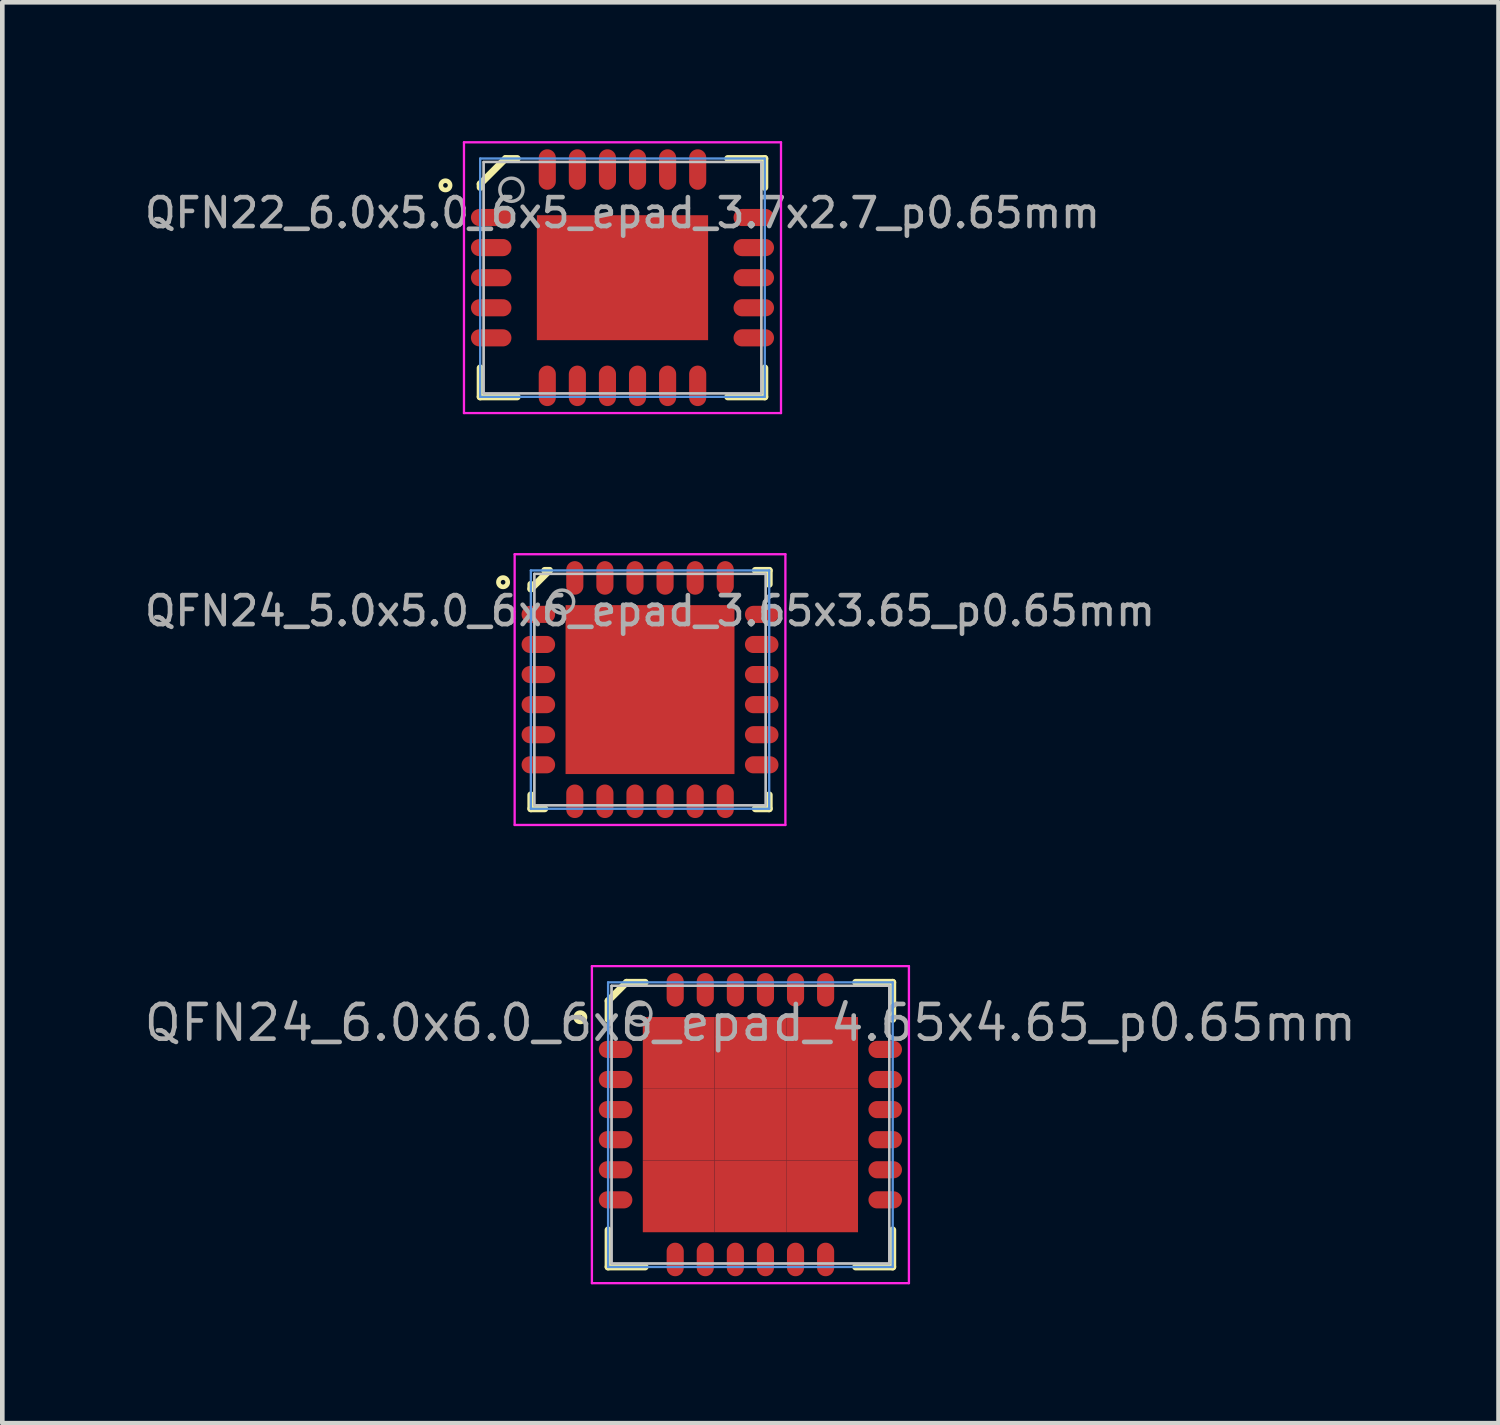
<source format=kicad_pcb>
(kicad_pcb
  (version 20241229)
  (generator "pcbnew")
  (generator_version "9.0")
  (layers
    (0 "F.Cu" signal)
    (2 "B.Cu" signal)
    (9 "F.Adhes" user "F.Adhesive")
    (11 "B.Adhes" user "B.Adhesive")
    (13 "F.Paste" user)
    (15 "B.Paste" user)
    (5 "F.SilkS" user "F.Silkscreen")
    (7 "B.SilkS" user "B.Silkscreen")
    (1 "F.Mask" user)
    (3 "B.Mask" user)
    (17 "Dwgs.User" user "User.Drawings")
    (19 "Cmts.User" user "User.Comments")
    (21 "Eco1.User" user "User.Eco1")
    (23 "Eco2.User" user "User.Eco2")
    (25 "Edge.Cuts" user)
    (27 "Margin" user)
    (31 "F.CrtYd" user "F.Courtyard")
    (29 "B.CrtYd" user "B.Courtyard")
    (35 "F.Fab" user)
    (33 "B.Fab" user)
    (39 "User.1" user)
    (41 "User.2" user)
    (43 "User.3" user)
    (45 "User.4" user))
  (footprint "QFN22_6.0x5.0_6x5_epad_3.7x2.7_p0.65mm"
    (layer "F.Cu")
    (at 10.4 2.95)
    (property "Reference" "QFN22_6.0x5.0_6x5_epad_3.7x2.7_p0.65mm" (at 0 -1.4 0) (layer "F.Fab") (effects (font (size 0.625 0.625) (thickness 0.1))))
    (attr through_hole)
    (fp_line (start -3.075 -2.025) (end -3.075 -1.95) (stroke (width 0.15) (type solid)) (layer "F.SilkS"))
    (fp_line (start -3.075 -2.025) (end -2.525 -2.575) (stroke (width 0.15) (type solid)) (layer "F.SilkS"))
    (fp_line (start -3.075 2.575) (end -3.075 1.95) (stroke (width 0.15) (type solid)) (layer "F.SilkS"))
    (fp_line (start -3.075 2.575) (end -2.275 2.575) (stroke (width 0.15) (type solid)) (layer "F.SilkS"))
    (fp_line (start -2.275 -2.575) (end -2.525 -2.575) (stroke (width 0.15) (type solid)) (layer "F.SilkS"))
    (fp_line (start 3.075 -2.575) (end 2.275 -2.575) (stroke (width 0.15) (type solid)) (layer "F.SilkS"))
    (fp_line (start 3.075 -2.575) (end 3.075 -1.95) (stroke (width 0.15) (type solid)) (layer "F.SilkS"))
    (fp_line (start 3.075 2.575) (end 2.275 2.575) (stroke (width 0.15) (type solid)) (layer "F.SilkS"))
    (fp_line (start 3.075 2.575) (end 3.075 1.95) (stroke (width 0.15) (type solid)) (layer "F.SilkS"))
    (fp_circle (center -3.825 -1.995) (end -3.754 -1.924) (stroke (width 0.1) (type solid)) (fill no) (layer "F.SilkS"))
    (fp_line (start -3 -2.5) (end -3 2.5) (stroke (width 0.05) (type solid)) (layer "Dwgs.User"))
    (fp_line (start -3 -2.5) (end 3 -2.5) (stroke (width 0.05) (type solid)) (layer "Dwgs.User"))
    (fp_line (start -3 2.5) (end 3 2.5) (stroke (width 0.05) (type solid)) (layer "Dwgs.User"))
    (fp_line (start 3 -2.5) (end 3 2.5) (stroke (width 0.05) (type solid)) (layer "Dwgs.User"))
    (fp_line (start -3.075 -2.575) (end -3.075 2.575) (stroke (width 0.05) (type solid)) (layer "Cmts.User"))
    (fp_line (start -3.075 -2.575) (end 3.075 -2.575) (stroke (width 0.05) (type solid)) (layer "Cmts.User"))
    (fp_line (start -3.075 2.575) (end 3.075 2.575) (stroke (width 0.05) (type solid)) (layer "Cmts.User"))
    (fp_line (start 3.075 -2.575) (end 3.075 2.575) (stroke (width 0.05) (type solid)) (layer "Cmts.User"))
    (fp_line (start -2.925 -2.425) (end -2.925 2.425) (stroke (width 0.05) (type solid)) (layer "Eco1.User"))
    (fp_line (start -2.925 -2.425) (end 2.925 -2.425) (stroke (width 0.05) (type solid)) (layer "Eco1.User"))
    (fp_line (start -2.925 2.425) (end 2.925 2.425) (stroke (width 0.05) (type solid)) (layer "Eco1.User"))
    (fp_line (start 2.925 -2.425) (end 2.925 2.425) (stroke (width 0.05) (type solid)) (layer "Eco1.User"))
    (fp_line (start -3.425 -2.925) (end -3.425 2.925) (stroke (width 0.05) (type solid)) (layer "F.CrtYd"))
    (fp_line (start -3.425 -2.925) (end 3.425 -2.925) (stroke (width 0.05) (type solid)) (layer "F.CrtYd"))
    (fp_line (start -3.425 2.925) (end 3.425 2.925) (stroke (width 0.05) (type solid)) (layer "F.CrtYd"))
    (fp_line (start 3.425 -2.925) (end 3.425 2.925) (stroke (width 0.05) (type solid)) (layer "F.CrtYd"))
    (fp_line (start -3 -2.5) (end -3 2.5) (stroke (width 0.05) (type solid)) (layer "F.Fab"))
    (fp_line (start -3 -2.5) (end 3 -2.5) (stroke (width 0.05) (type solid)) (layer "F.Fab"))
    (fp_line (start -3 2.5) (end 3 2.5) (stroke (width 0.05) (type solid)) (layer "F.Fab"))
    (fp_line (start 3 -2.5) (end 3 2.5) (stroke (width 0.05) (type solid)) (layer "F.Fab"))
    (fp_circle (center -2.4 -1.9) (end -2.223 -1.723) (stroke (width 0.075) (type solid)) (fill no) (layer "F.Fab"))
    (pad "1" smd oval (at -2.837 -1.3 180) (size 0.875 0.37) (layers "F.Cu" "F.Mask" "F.Paste"))
    (pad "2" smd oval (at -2.837 -0.65 180) (size 0.875 0.37) (layers "F.Cu" "F.Mask" "F.Paste"))
    (pad "3" smd oval (at -2.837 0 180) (size 0.875 0.37) (layers "F.Cu" "F.Mask" "F.Paste"))
    (pad "4" smd oval (at -2.837 0.65 180) (size 0.875 0.37) (layers "F.Cu" "F.Mask" "F.Paste"))
    (pad "5" smd oval (at -2.837 1.3 180) (size 0.875 0.37) (layers "F.Cu" "F.Mask" "F.Paste"))
    (pad "6" smd oval (at -1.625 2.337 270) (size 0.875 0.37) (layers "F.Cu" "F.Mask" "F.Paste"))
    (pad "7" smd oval (at -0.975 2.337 270) (size 0.875 0.37) (layers "F.Cu" "F.Mask" "F.Paste"))
    (pad "8" smd oval (at -0.325 2.337 270) (size 0.875 0.37) (layers "F.Cu" "F.Mask" "F.Paste"))
    (pad "9" smd oval (at 0.325 2.337 270) (size 0.875 0.37) (layers "F.Cu" "F.Mask" "F.Paste"))
    (pad "10" smd oval (at 0.975 2.337 270) (size 0.875 0.37) (layers "F.Cu" "F.Mask" "F.Paste"))
    (pad "11" smd oval (at 1.625 2.337 270) (size 0.875 0.37) (layers "F.Cu" "F.Mask" "F.Paste"))
    (pad "12" smd oval (at 2.837 1.3) (size 0.875 0.37) (layers "F.Cu" "F.Mask" "F.Paste"))
    (pad "13" smd oval (at 2.837 0.65) (size 0.875 0.37) (layers "F.Cu" "F.Mask" "F.Paste"))
    (pad "14" smd oval (at 2.837 0) (size 0.875 0.37) (layers "F.Cu" "F.Mask" "F.Paste"))
    (pad "15" smd oval (at 2.837 -0.65) (size 0.875 0.37) (layers "F.Cu" "F.Mask" "F.Paste"))
    (pad "16" smd oval (at 2.837 -1.3) (size 0.875 0.37) (layers "F.Cu" "F.Mask" "F.Paste"))
    (pad "17" smd oval (at 1.625 -2.337 90) (size 0.875 0.37) (layers "F.Cu" "F.Mask" "F.Paste"))
    (pad "18" smd oval (at 0.975 -2.337 90) (size 0.875 0.37) (layers "F.Cu" "F.Mask" "F.Paste"))
    (pad "19" smd oval (at 0.325 -2.337 90) (size 0.875 0.37) (layers "F.Cu" "F.Mask" "F.Paste"))
    (pad "20" smd oval (at -0.325 -2.337 90) (size 0.875 0.37) (layers "F.Cu" "F.Mask" "F.Paste"))
    (pad "21" smd oval (at -0.975 -2.337 90) (size 0.875 0.37) (layers "F.Cu" "F.Mask" "F.Paste"))
    (pad "22" smd oval (at -1.625 -2.337 90) (size 0.875 0.37) (layers "F.Cu" "F.Mask" "F.Paste"))
    (pad "23" smd rect (at 0 0) (size 3.7 2.7) (layers "F.Cu" "F.Mask" "F.Paste")))
  (footprint "QFN24_6.0x6.0_6x6_epad_4.65x4.65_p0.65mm"
    (layer "F.Cu")
    (at 13.164 21.25)
    (property "Reference" "QFN24_6.0x6.0_6x6_epad_4.65x4.65_p0.65mm" (at 0 -2.2 0) (layer "F.Fab") (effects (font (size 0.75 0.75) (thickness 0.1))))
    (attr through_hole)
    (fp_line (start -3.075 -2.675) (end -3.075 -2.275) (stroke (width 0.15) (type solid)) (layer "F.SilkS"))
    (fp_line (start -3.075 -2.675) (end -2.675 -3.075) (stroke (width 0.15) (type solid)) (layer "F.SilkS"))
    (fp_line (start -3.075 3.075) (end -3.075 2.275) (stroke (width 0.15) (type solid)) (layer "F.SilkS"))
    (fp_line (start -3.075 3.075) (end -2.275 3.075) (stroke (width 0.15) (type solid)) (layer "F.SilkS"))
    (fp_line (start -2.275 -3.075) (end -2.675 -3.075) (stroke (width 0.15) (type solid)) (layer "F.SilkS"))
    (fp_line (start 3.075 -3.075) (end 2.275 -3.075) (stroke (width 0.15) (type solid)) (layer "F.SilkS"))
    (fp_line (start 3.075 -3.075) (end 3.075 -2.275) (stroke (width 0.15) (type solid)) (layer "F.SilkS"))
    (fp_line (start 3.075 3.075) (end 2.275 3.075) (stroke (width 0.15) (type solid)) (layer "F.SilkS"))
    (fp_line (start 3.075 3.075) (end 3.075 2.275) (stroke (width 0.15) (type solid)) (layer "F.SilkS"))
    (fp_circle (center -3.675 -2.32) (end -3.604 -2.249) (stroke (width 0.1) (type solid)) (fill no) (layer "F.SilkS"))
    (fp_line (start -3 -3) (end -3 3) (stroke (width 0.05) (type solid)) (layer "Dwgs.User"))
    (fp_line (start -3 -3) (end 3 -3) (stroke (width 0.05) (type solid)) (layer "Dwgs.User"))
    (fp_line (start -3 3) (end 3 3) (stroke (width 0.05) (type solid)) (layer "Dwgs.User"))
    (fp_line (start 3 -3) (end 3 3) (stroke (width 0.05) (type solid)) (layer "Dwgs.User"))
    (fp_line (start -3.075 -3.075) (end -3.075 3.075) (stroke (width 0.05) (type solid)) (layer "Cmts.User"))
    (fp_line (start -3.075 -3.075) (end 3.075 -3.075) (stroke (width 0.05) (type solid)) (layer "Cmts.User"))
    (fp_line (start -3.075 3.075) (end 3.075 3.075) (stroke (width 0.05) (type solid)) (layer "Cmts.User"))
    (fp_line (start 3.075 -3.075) (end 3.075 3.075) (stroke (width 0.05) (type solid)) (layer "Cmts.User"))
    (fp_line (start -2.925 -2.925) (end -2.925 2.925) (stroke (width 0.05) (type solid)) (layer "Eco1.User"))
    (fp_line (start -2.925 -2.925) (end 2.925 -2.925) (stroke (width 0.05) (type solid)) (layer "Eco1.User"))
    (fp_line (start -2.925 2.925) (end 2.925 2.925) (stroke (width 0.05) (type solid)) (layer "Eco1.User"))
    (fp_line (start 2.925 -2.925) (end 2.925 2.925) (stroke (width 0.05) (type solid)) (layer "Eco1.User"))
    (fp_line (start -3.425 -3.425) (end -3.425 3.425) (stroke (width 0.05) (type solid)) (layer "F.CrtYd"))
    (fp_line (start -3.425 -3.425) (end 3.425 -3.425) (stroke (width 0.05) (type solid)) (layer "F.CrtYd"))
    (fp_line (start -3.425 3.425) (end 3.425 3.425) (stroke (width 0.05) (type solid)) (layer "F.CrtYd"))
    (fp_line (start 3.425 -3.425) (end 3.425 3.425) (stroke (width 0.05) (type solid)) (layer "F.CrtYd"))
    (fp_line (start -3 -3) (end -3 3) (stroke (width 0.05) (type solid)) (layer "F.Fab"))
    (fp_line (start -3 -3) (end 3 -3) (stroke (width 0.05) (type solid)) (layer "F.Fab"))
    (fp_line (start -3 3) (end 3 3) (stroke (width 0.05) (type solid)) (layer "F.Fab"))
    (fp_line (start 3 -3) (end 3 3) (stroke (width 0.05) (type solid)) (layer "F.Fab"))
    (fp_circle (center -2.4 -2.4) (end -2.223 -2.223) (stroke (width 0.075) (type solid)) (fill no) (layer "F.Fab"))
    (pad "1" smd oval (at -2.913 -1.625 180) (size 0.725 0.37) (layers "F.Cu" "F.Mask" "F.Paste"))
    (pad "2" smd oval (at -2.913 -0.975 180) (size 0.725 0.37) (layers "F.Cu" "F.Mask" "F.Paste"))
    (pad "3" smd oval (at -2.913 -0.325 180) (size 0.725 0.37) (layers "F.Cu" "F.Mask" "F.Paste"))
    (pad "4" smd oval (at -2.913 0.325 180) (size 0.725 0.37) (layers "F.Cu" "F.Mask" "F.Paste"))
    (pad "5" smd oval (at -2.913 0.975 180) (size 0.725 0.37) (layers "F.Cu" "F.Mask" "F.Paste"))
    (pad "6" smd oval (at -2.913 1.625 180) (size 0.725 0.37) (layers "F.Cu" "F.Mask" "F.Paste"))
    (pad "7" smd oval (at -1.625 2.913 270) (size 0.725 0.37) (layers "F.Cu" "F.Mask" "F.Paste"))
    (pad "8" smd oval (at -0.975 2.913 270) (size 0.725 0.37) (layers "F.Cu" "F.Mask" "F.Paste"))
    (pad "9" smd oval (at -0.325 2.913 270) (size 0.725 0.37) (layers "F.Cu" "F.Mask" "F.Paste"))
    (pad "10" smd oval (at 0.325 2.913 270) (size 0.725 0.37) (layers "F.Cu" "F.Mask" "F.Paste"))
    (pad "11" smd oval (at 0.975 2.913 270) (size 0.725 0.37) (layers "F.Cu" "F.Mask" "F.Paste"))
    (pad "12" smd oval (at 1.625 2.913 270) (size 0.725 0.37) (layers "F.Cu" "F.Mask" "F.Paste"))
    (pad "13" smd oval (at 2.913 1.625) (size 0.725 0.37) (layers "F.Cu" "F.Mask" "F.Paste"))
    (pad "14" smd oval (at 2.913 0.975) (size 0.725 0.37) (layers "F.Cu" "F.Mask" "F.Paste"))
    (pad "15" smd oval (at 2.913 0.325) (size 0.725 0.37) (layers "F.Cu" "F.Mask" "F.Paste"))
    (pad "16" smd oval (at 2.913 -0.325) (size 0.725 0.37) (layers "F.Cu" "F.Mask" "F.Paste"))
    (pad "17" smd oval (at 2.913 -0.975) (size 0.725 0.37) (layers "F.Cu" "F.Mask" "F.Paste"))
    (pad "18" smd oval (at 2.913 -1.625) (size 0.725 0.37) (layers "F.Cu" "F.Mask" "F.Paste"))
    (pad "19" smd oval (at 1.625 -2.913 90) (size 0.725 0.37) (layers "F.Cu" "F.Mask" "F.Paste"))
    (pad "20" smd oval (at 0.975 -2.913 90) (size 0.725 0.37) (layers "F.Cu" "F.Mask" "F.Paste"))
    (pad "21" smd oval (at 0.325 -2.913 90) (size 0.725 0.37) (layers "F.Cu" "F.Mask" "F.Paste"))
    (pad "22" smd oval (at -0.325 -2.913 90) (size 0.725 0.37) (layers "F.Cu" "F.Mask" "F.Paste"))
    (pad "23" smd oval (at -0.975 -2.913 90) (size 0.725 0.37) (layers "F.Cu" "F.Mask" "F.Paste"))
    (pad "24" smd oval (at -1.625 -2.913 90) (size 0.725 0.37) (layers "F.Cu" "F.Mask" "F.Paste"))
    (pad "25" smd rect (at -1.55 -1.55) (size 1.55 1.55) (layers "F.Cu" "F.Mask" "F.Paste"))
    (pad "25" smd rect (at -1.55 0) (size 1.55 1.55) (layers "F.Cu" "F.Mask" "F.Paste"))
    (pad "25" smd rect (at -1.55 1.55) (size 1.55 1.55) (layers "F.Cu" "F.Mask" "F.Paste"))
    (pad "25" smd rect (at 0 -1.55) (size 1.55 1.55) (layers "F.Cu" "F.Mask" "F.Paste"))
    (pad "25" smd rect (at 0 0) (size 1.55 1.55) (layers "F.Cu" "F.Mask" "F.Paste"))
    (pad "25" smd rect (at 0 1.55) (size 1.55 1.55) (layers "F.Cu" "F.Mask" "F.Paste"))
    (pad "25" smd rect (at 1.55 -1.55) (size 1.55 1.55) (layers "F.Cu" "F.Mask" "F.Paste"))
    (pad "25" smd rect (at 1.55 0) (size 1.55 1.55) (layers "F.Cu" "F.Mask" "F.Paste"))
    (pad "25" smd rect (at 1.55 1.55) (size 1.55 1.55) (layers "F.Cu" "F.Mask" "F.Paste")))
  (footprint "QFN24_5.0x5.0_6x6_epad_3.65x3.65_p0.65mm"
    (layer "F.Cu")
    (at 10.995 11.85)
    (property "Reference" "QFN24_5.0x5.0_6x6_epad_3.65x3.65_p0.65mm" (at 0 -1.7 0) (layer "F.Fab") (effects (font (size 0.625 0.625) (thickness 0.1))))
    (attr through_hole)
    (fp_line (start -2.575 -2.175) (end -2.575 -2.275) (stroke (width 0.15) (type solid)) (layer "F.SilkS"))
    (fp_line (start -2.575 -2.175) (end -2.175 -2.575) (stroke (width 0.15) (type solid)) (layer "F.SilkS"))
    (fp_line (start -2.575 2.575) (end -2.575 2.275) (stroke (width 0.15) (type solid)) (layer "F.SilkS"))
    (fp_line (start -2.575 2.575) (end -2.275 2.575) (stroke (width 0.15) (type solid)) (layer "F.SilkS"))
    (fp_line (start -2.275 -2.575) (end -2.175 -2.575) (stroke (width 0.15) (type solid)) (layer "F.SilkS"))
    (fp_line (start 2.575 -2.575) (end 2.275 -2.575) (stroke (width 0.15) (type solid)) (layer "F.SilkS"))
    (fp_line (start 2.575 -2.575) (end 2.575 -2.275) (stroke (width 0.15) (type solid)) (layer "F.SilkS"))
    (fp_line (start 2.575 2.575) (end 2.275 2.575) (stroke (width 0.15) (type solid)) (layer "F.SilkS"))
    (fp_line (start 2.575 2.575) (end 2.575 2.275) (stroke (width 0.15) (type solid)) (layer "F.SilkS"))
    (fp_circle (center -3.175 -2.32) (end -3.104 -2.249) (stroke (width 0.1) (type solid)) (fill no) (layer "F.SilkS"))
    (fp_line (start -2.5 -2.5) (end -2.5 2.5) (stroke (width 0.05) (type solid)) (layer "Dwgs.User"))
    (fp_line (start -2.5 -2.5) (end 2.5 -2.5) (stroke (width 0.05) (type solid)) (layer "Dwgs.User"))
    (fp_line (start -2.5 2.5) (end 2.5 2.5) (stroke (width 0.05) (type solid)) (layer "Dwgs.User"))
    (fp_line (start 2.5 -2.5) (end 2.5 2.5) (stroke (width 0.05) (type solid)) (layer "Dwgs.User"))
    (fp_line (start -2.575 -2.575) (end -2.575 2.575) (stroke (width 0.05) (type solid)) (layer "Cmts.User"))
    (fp_line (start -2.575 -2.575) (end 2.575 -2.575) (stroke (width 0.05) (type solid)) (layer "Cmts.User"))
    (fp_line (start -2.575 2.575) (end 2.575 2.575) (stroke (width 0.05) (type solid)) (layer "Cmts.User"))
    (fp_line (start 2.575 -2.575) (end 2.575 2.575) (stroke (width 0.05) (type solid)) (layer "Cmts.User"))
    (fp_line (start -2.425 -2.425) (end -2.425 2.425) (stroke (width 0.05) (type solid)) (layer "Eco1.User"))
    (fp_line (start -2.425 -2.425) (end 2.425 -2.425) (stroke (width 0.05) (type solid)) (layer "Eco1.User"))
    (fp_line (start -2.425 2.425) (end 2.425 2.425) (stroke (width 0.05) (type solid)) (layer "Eco1.User"))
    (fp_line (start 2.425 -2.425) (end 2.425 2.425) (stroke (width 0.05) (type solid)) (layer "Eco1.User"))
    (fp_line (start -2.925 -2.925) (end -2.925 2.925) (stroke (width 0.05) (type solid)) (layer "F.CrtYd"))
    (fp_line (start -2.925 -2.925) (end 2.925 -2.925) (stroke (width 0.05) (type solid)) (layer "F.CrtYd"))
    (fp_line (start -2.925 2.925) (end 2.925 2.925) (stroke (width 0.05) (type solid)) (layer "F.CrtYd"))
    (fp_line (start 2.925 -2.925) (end 2.925 2.925) (stroke (width 0.05) (type solid)) (layer "F.CrtYd"))
    (fp_line (start -2.5 -2.5) (end -2.5 2.5) (stroke (width 0.05) (type solid)) (layer "F.Fab"))
    (fp_line (start -2.5 -2.5) (end 2.5 -2.5) (stroke (width 0.05) (type solid)) (layer "F.Fab"))
    (fp_line (start -2.5 2.5) (end 2.5 2.5) (stroke (width 0.05) (type solid)) (layer "F.Fab"))
    (fp_line (start 2.5 -2.5) (end 2.5 2.5) (stroke (width 0.05) (type solid)) (layer "F.Fab"))
    (fp_circle (center -1.9 -1.9) (end -1.723 -1.723) (stroke (width 0.075) (type solid)) (fill no) (layer "F.Fab"))
    (pad "1" smd oval (at -2.413 -1.625 180) (size 0.725 0.37) (layers "F.Cu" "F.Mask" "F.Paste"))
    (pad "2" smd oval (at -2.413 -0.975 180) (size 0.725 0.37) (layers "F.Cu" "F.Mask" "F.Paste"))
    (pad "3" smd oval (at -2.413 -0.325 180) (size 0.725 0.37) (layers "F.Cu" "F.Mask" "F.Paste"))
    (pad "4" smd oval (at -2.413 0.325 180) (size 0.725 0.37) (layers "F.Cu" "F.Mask" "F.Paste"))
    (pad "5" smd oval (at -2.413 0.975 180) (size 0.725 0.37) (layers "F.Cu" "F.Mask" "F.Paste"))
    (pad "6" smd oval (at -2.413 1.625 180) (size 0.725 0.37) (layers "F.Cu" "F.Mask" "F.Paste"))
    (pad "7" smd oval (at -1.625 2.413 270) (size 0.725 0.37) (layers "F.Cu" "F.Mask" "F.Paste"))
    (pad "8" smd oval (at -0.975 2.413 270) (size 0.725 0.37) (layers "F.Cu" "F.Mask" "F.Paste"))
    (pad "9" smd oval (at -0.325 2.413 270) (size 0.725 0.37) (layers "F.Cu" "F.Mask" "F.Paste"))
    (pad "10" smd oval (at 0.325 2.413 270) (size 0.725 0.37) (layers "F.Cu" "F.Mask" "F.Paste"))
    (pad "11" smd oval (at 0.975 2.413 270) (size 0.725 0.37) (layers "F.Cu" "F.Mask" "F.Paste"))
    (pad "12" smd oval (at 1.625 2.413 270) (size 0.725 0.37) (layers "F.Cu" "F.Mask" "F.Paste"))
    (pad "13" smd oval (at 2.413 1.625) (size 0.725 0.37) (layers "F.Cu" "F.Mask" "F.Paste"))
    (pad "14" smd oval (at 2.413 0.975) (size 0.725 0.37) (layers "F.Cu" "F.Mask" "F.Paste"))
    (pad "15" smd oval (at 2.413 0.325) (size 0.725 0.37) (layers "F.Cu" "F.Mask" "F.Paste"))
    (pad "16" smd oval (at 2.413 -0.325) (size 0.725 0.37) (layers "F.Cu" "F.Mask" "F.Paste"))
    (pad "17" smd oval (at 2.413 -0.975) (size 0.725 0.37) (layers "F.Cu" "F.Mask" "F.Paste"))
    (pad "18" smd oval (at 2.413 -1.625) (size 0.725 0.37) (layers "F.Cu" "F.Mask" "F.Paste"))
    (pad "19" smd oval (at 1.625 -2.413 90) (size 0.725 0.37) (layers "F.Cu" "F.Mask" "F.Paste"))
    (pad "20" smd oval (at 0.975 -2.413 90) (size 0.725 0.37) (layers "F.Cu" "F.Mask" "F.Paste"))
    (pad "21" smd oval (at 0.325 -2.413 90) (size 0.725 0.37) (layers "F.Cu" "F.Mask" "F.Paste"))
    (pad "22" smd oval (at -0.325 -2.413 90) (size 0.725 0.37) (layers "F.Cu" "F.Mask" "F.Paste"))
    (pad "23" smd oval (at -0.975 -2.413 90) (size 0.725 0.37) (layers "F.Cu" "F.Mask" "F.Paste"))
    (pad "24" smd oval (at -1.625 -2.413 90) (size 0.725 0.37) (layers "F.Cu" "F.Mask" "F.Paste"))
    (pad "25" smd rect (at 0 0) (size 3.65 3.65) (layers "F.Cu" "F.Mask" "F.Paste")))
  (gr_rect
    (start -3 -3)
    (end 29.329 27.7)
    (stroke (width 0.1) (type default))
    (fill no)
    (layer "Edge.Cuts")))
</source>
